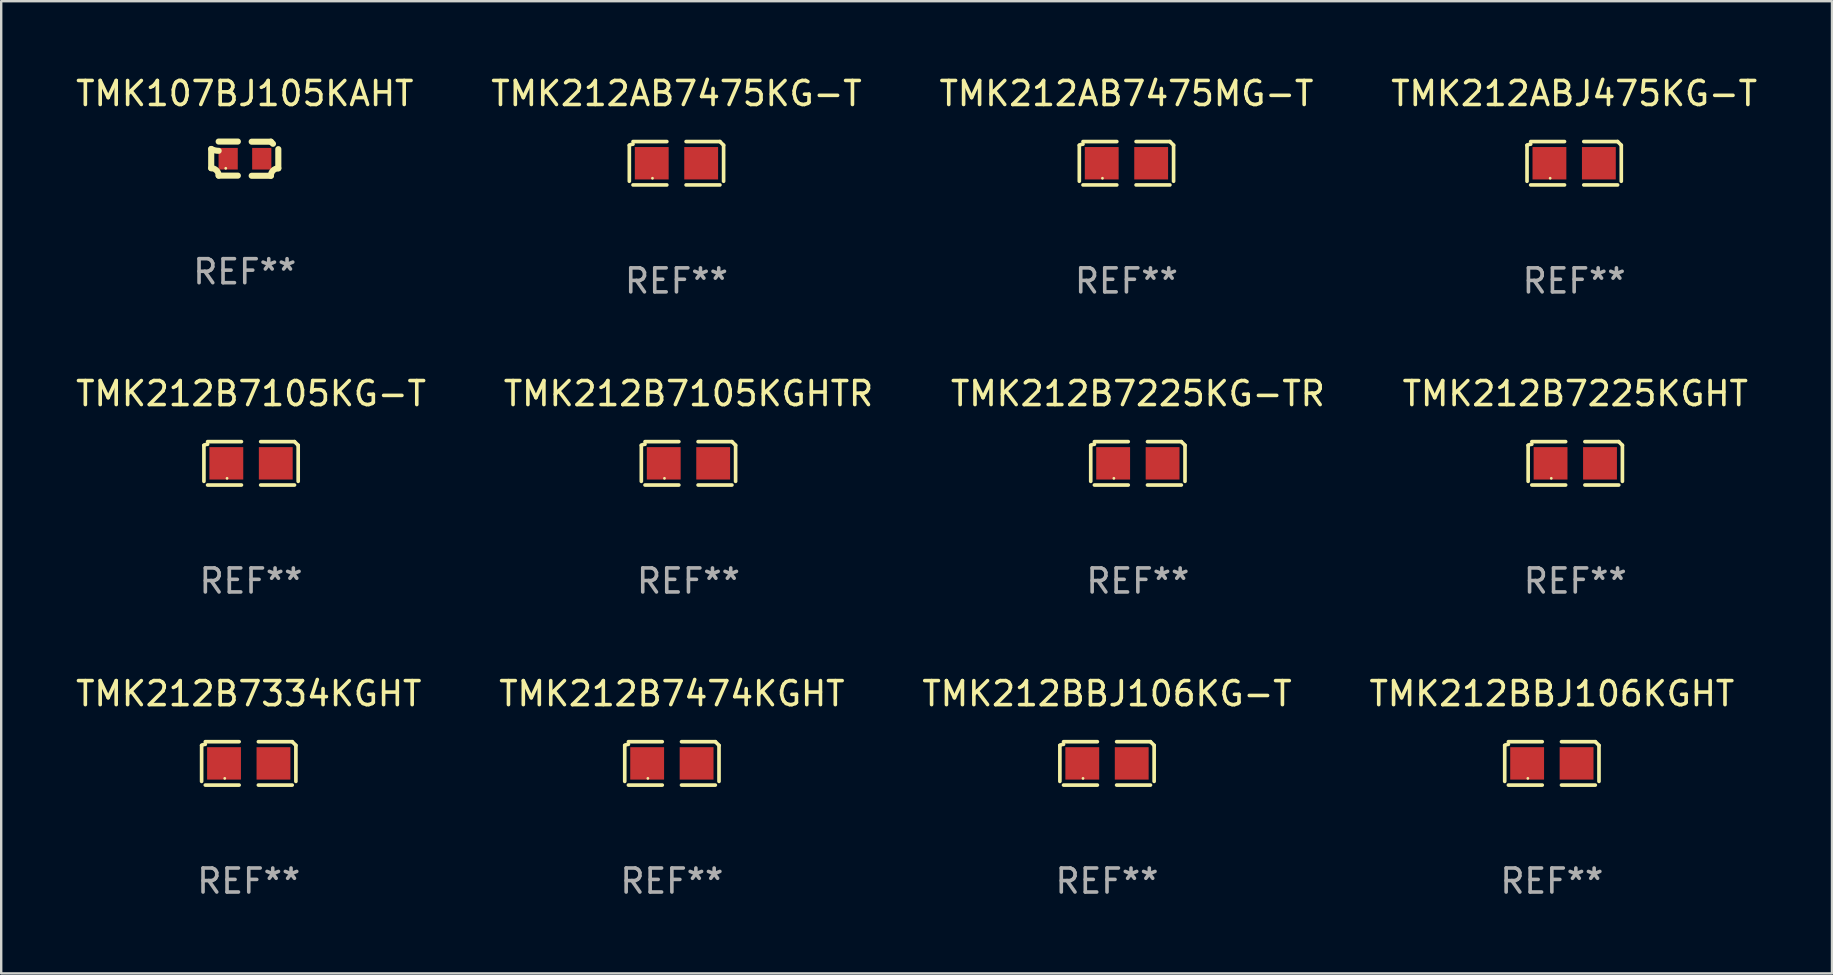
<source format=kicad_pcb>
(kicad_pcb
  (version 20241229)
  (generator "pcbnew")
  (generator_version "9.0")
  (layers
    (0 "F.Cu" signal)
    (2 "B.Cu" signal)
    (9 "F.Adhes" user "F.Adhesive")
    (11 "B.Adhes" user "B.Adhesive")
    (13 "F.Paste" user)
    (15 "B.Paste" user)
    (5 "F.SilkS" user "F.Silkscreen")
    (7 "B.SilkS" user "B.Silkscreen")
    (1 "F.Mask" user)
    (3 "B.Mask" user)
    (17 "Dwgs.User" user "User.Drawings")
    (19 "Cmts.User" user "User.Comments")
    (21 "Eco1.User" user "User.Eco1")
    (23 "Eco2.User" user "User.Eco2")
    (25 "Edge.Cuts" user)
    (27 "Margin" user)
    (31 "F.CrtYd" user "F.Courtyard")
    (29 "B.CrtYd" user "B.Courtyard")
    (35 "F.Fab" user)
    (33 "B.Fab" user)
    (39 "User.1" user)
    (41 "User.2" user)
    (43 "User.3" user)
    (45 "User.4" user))
  (footprint "TMK212B7225KG-TR"
    (layer "F.Cu")
    (at 44.363 16.256)
    (property "Reference" "TMK212B7225KG-TR" (at 0 -2.904 0) (layer "F.SilkS") (effects (font (size 1 1) (thickness 0.15))))
    (attr through_hole)
    (fp_line (start -1.964 0.751) (end -1.964 -0.751) (stroke (width 0.152) (type solid)) (layer "F.SilkS"))
    (fp_line (start -1.811 -0.904) (end -0.401 -0.904) (stroke (width 0.152) (type solid)) (layer "F.SilkS"))
    (fp_line (start -0.401 0.904) (end -1.811 0.904) (stroke (width 0.152) (type solid)) (layer "F.SilkS"))
    (fp_line (start 0.401 0.904) (end 1.811 0.904) (stroke (width 0.152) (type solid)) (layer "F.SilkS"))
    (fp_line (start 1.811 -0.904) (end 0.401 -0.904) (stroke (width 0.152) (type solid)) (layer "F.SilkS"))
    (fp_line (start 1.964 0.751) (end 1.964 -0.751) (stroke (width 0.152) (type solid)) (layer "F.SilkS"))
    (fp_arc (start -1.963602 -0.751207) (mid -1.890354 -0.783131) (end -1.811201 -0.794044) (stroke (width 0.1524) (type solid)) (layer "F.SilkS"))
    (fp_arc (start 1.811202 -0.903607) (mid 1.887413 -0.827418) (end 1.963602 -0.751207) (stroke (width 0.1524) (type solid)) (layer "F.SilkS"))
    (fp_circle (center -1 0.625) (end -0.97 0.625) (stroke (width 0.06) (type solid)) (fill no) (layer "F.SilkS"))
    (fp_text user "REF**" (at 0 4.904 0) (layer "F.Fab") (effects (font (size 1 1) (thickness 0.15))))
    (pad "1" smd rect (at -1.03 0) (size 1.41 1.35) (layers "F.Cu" "F.Mask" "F.Paste"))
    (pad "2" smd rect (at 1.03 0) (size 1.41 1.35) (layers "F.Cu" "F.Mask" "F.Paste")))
  (footprint "TMK212AB7475KG-T"
    (layer "F.Cu")
    (at 25.137 3.752)
    (property "Reference" "TMK212AB7475KG-T" (at 0 -2.904 0) (layer "F.SilkS") (effects (font (size 1 1) (thickness 0.15))))
    (attr through_hole)
    (fp_line (start -1.964 0.751) (end -1.964 -0.751) (stroke (width 0.152) (type solid)) (layer "F.SilkS"))
    (fp_line (start -1.811 -0.904) (end -0.401 -0.904) (stroke (width 0.152) (type solid)) (layer "F.SilkS"))
    (fp_line (start -0.401 0.904) (end -1.811 0.904) (stroke (width 0.152) (type solid)) (layer "F.SilkS"))
    (fp_line (start 0.401 0.904) (end 1.811 0.904) (stroke (width 0.152) (type solid)) (layer "F.SilkS"))
    (fp_line (start 1.811 -0.904) (end 0.401 -0.904) (stroke (width 0.152) (type solid)) (layer "F.SilkS"))
    (fp_line (start 1.964 0.751) (end 1.964 -0.751) (stroke (width 0.152) (type solid)) (layer "F.SilkS"))
    (fp_arc (start -1.963602 -0.751207) (mid -1.890354 -0.783131) (end -1.811201 -0.794044) (stroke (width 0.1524) (type solid)) (layer "F.SilkS"))
    (fp_arc (start 1.811202 -0.903607) (mid 1.887413 -0.827418) (end 1.963602 -0.751207) (stroke (width 0.1524) (type solid)) (layer "F.SilkS"))
    (fp_circle (center -1 0.625) (end -0.97 0.625) (stroke (width 0.06) (type solid)) (fill no) (layer "F.SilkS"))
    (fp_text user "REF**" (at 0 4.904 0) (layer "F.Fab") (effects (font (size 1 1) (thickness 0.15))))
    (pad "1" smd rect (at -1.03 0) (size 1.41 1.35) (layers "F.Cu" "F.Mask" "F.Paste"))
    (pad "2" smd rect (at 1.03 0) (size 1.41 1.35) (layers "F.Cu" "F.Mask" "F.Paste")))
  (footprint "TMK107BJ105KAHT"
    (layer "F.Cu")
    (at 7.149 3.561)
    (property "Reference" "TMK107BJ105KAHT" (at 0 -2.713 0) (layer "F.SilkS") (effects (font (size 1 1) (thickness 0.15))))
    (attr through_hole)
    (fp_line (start -1.398 -0.403) (end -1.398 0.397) (stroke (width 0.254) (type solid)) (layer "F.SilkS"))
    (fp_line (start -0.288 -0.713) (end -1.088 -0.713) (stroke (width 0.254) (type solid)) (layer "F.SilkS"))
    (fp_line (start -0.288 0.707) (end -1.088 0.707) (stroke (width 0.254) (type solid)) (layer "F.SilkS"))
    (fp_line (start 0.288 -0.707) (end 1.088 -0.707) (stroke (width 0.254) (type solid)) (layer "F.SilkS"))
    (fp_line (start 0.288 0.713) (end 1.088 0.713) (stroke (width 0.254) (type solid)) (layer "F.SilkS"))
    (fp_line (start 1.398 -0.397) (end 1.398 0.403) (stroke (width 0.254) (type solid)) (layer "F.SilkS"))
    (fp_arc (start -1.397789 0.397066) (mid -1.178701 0.487826) (end -1.08796 0.706922) (stroke (width 0.254001) (type solid)) (layer "F.SilkS"))
    (fp_arc (start -1.08796 -0.327176) (mid -1.247436 -0.346384) (end -1.39779 -0.402908) (stroke (width 0.254001) (type solid)) (layer "F.SilkS"))
    (fp_arc (start 1.087909 0.712738) (mid 1.178656 0.493655) (end 1.397739 0.402908) (stroke (width 0.254001) (type solid)) (layer "F.SilkS"))
    (fp_arc (start 1.175925 -0.618926) (mid 1.131917 -0.662923) (end 1.08791 -0.706922) (stroke (width 0.254001) (type solid)) (layer "F.SilkS"))
    (fp_circle (center -0.792 0.403) (end -0.762 0.403) (stroke (width 0.06) (type solid)) (fill no) (layer "F.SilkS"))
    (fp_text user "REF**" (at 0 4.713 0) (layer "F.Fab") (effects (font (size 1 1) (thickness 0.15))))
    (pad "1" smd rect (at -0.692 0.003) (size 0.8 0.9) (layers "F.Cu" "F.Mask" "F.Paste"))
    (pad "2" smd rect (at 0.708 0.003) (size 0.8 0.9) (layers "F.Cu" "F.Mask" "F.Paste")))
  (footprint "TMK212AB7475MG-T"
    (layer "F.Cu")
    (at 43.887 3.752)
    (property "Reference" "TMK212AB7475MG-T" (at 0 -2.904 0) (layer "F.SilkS") (effects (font (size 1 1) (thickness 0.15))))
    (attr through_hole)
    (fp_line (start -1.964 0.751) (end -1.964 -0.751) (stroke (width 0.152) (type solid)) (layer "F.SilkS"))
    (fp_line (start -1.811 -0.904) (end -0.401 -0.904) (stroke (width 0.152) (type solid)) (layer "F.SilkS"))
    (fp_line (start -0.401 0.904) (end -1.811 0.904) (stroke (width 0.152) (type solid)) (layer "F.SilkS"))
    (fp_line (start 0.401 0.904) (end 1.811 0.904) (stroke (width 0.152) (type solid)) (layer "F.SilkS"))
    (fp_line (start 1.811 -0.904) (end 0.401 -0.904) (stroke (width 0.152) (type solid)) (layer "F.SilkS"))
    (fp_line (start 1.964 0.751) (end 1.964 -0.751) (stroke (width 0.152) (type solid)) (layer "F.SilkS"))
    (fp_arc (start -1.963602 -0.751207) (mid -1.890354 -0.783131) (end -1.811201 -0.794044) (stroke (width 0.1524) (type solid)) (layer "F.SilkS"))
    (fp_arc (start 1.811202 -0.903607) (mid 1.887413 -0.827418) (end 1.963602 -0.751207) (stroke (width 0.1524) (type solid)) (layer "F.SilkS"))
    (fp_circle (center -1 0.625) (end -0.97 0.625) (stroke (width 0.06) (type solid)) (fill no) (layer "F.SilkS"))
    (fp_text user "REF**" (at 0 4.904 0) (layer "F.Fab") (effects (font (size 1 1) (thickness 0.15))))
    (pad "1" smd rect (at -1.03 0) (size 1.41 1.35) (layers "F.Cu" "F.Mask" "F.Paste"))
    (pad "2" smd rect (at 1.03 0) (size 1.41 1.35) (layers "F.Cu" "F.Mask" "F.Paste")))
  (footprint "TMK212B7105KG-T"
    (layer "F.Cu")
    (at 7.411 16.256)
    (property "Reference" "TMK212B7105KG-T" (at 0 -2.904 0) (layer "F.SilkS") (effects (font (size 1 1) (thickness 0.15))))
    (attr through_hole)
    (fp_line (start -1.964 0.751) (end -1.964 -0.751) (stroke (width 0.152) (type solid)) (layer "F.SilkS"))
    (fp_line (start -1.811 -0.904) (end -0.401 -0.904) (stroke (width 0.152) (type solid)) (layer "F.SilkS"))
    (fp_line (start -0.401 0.904) (end -1.811 0.904) (stroke (width 0.152) (type solid)) (layer "F.SilkS"))
    (fp_line (start 0.401 0.904) (end 1.811 0.904) (stroke (width 0.152) (type solid)) (layer "F.SilkS"))
    (fp_line (start 1.811 -0.904) (end 0.401 -0.904) (stroke (width 0.152) (type solid)) (layer "F.SilkS"))
    (fp_line (start 1.964 0.751) (end 1.964 -0.751) (stroke (width 0.152) (type solid)) (layer "F.SilkS"))
    (fp_arc (start -1.963602 -0.751207) (mid -1.890354 -0.783131) (end -1.811201 -0.794044) (stroke (width 0.1524) (type solid)) (layer "F.SilkS"))
    (fp_arc (start 1.811202 -0.903607) (mid 1.887413 -0.827418) (end 1.963602 -0.751207) (stroke (width 0.1524) (type solid)) (layer "F.SilkS"))
    (fp_circle (center -1 0.625) (end -0.97 0.625) (stroke (width 0.06) (type solid)) (fill no) (layer "F.SilkS"))
    (fp_text user "REF**" (at 0 4.904 0) (layer "F.Fab") (effects (font (size 1 1) (thickness 0.15))))
    (pad "1" smd rect (at -1.03 0) (size 1.41 1.35) (layers "F.Cu" "F.Mask" "F.Paste"))
    (pad "2" smd rect (at 1.03 0) (size 1.41 1.35) (layers "F.Cu" "F.Mask" "F.Paste")))
  (footprint "TMK212B7225KGHT"
    (layer "F.Cu")
    (at 62.589 16.256)
    (property "Reference" "TMK212B7225KGHT" (at 0 -2.904 0) (layer "F.SilkS") (effects (font (size 1 1) (thickness 0.15))))
    (attr through_hole)
    (fp_line (start -1.964 0.751) (end -1.964 -0.751) (stroke (width 0.152) (type solid)) (layer "F.SilkS"))
    (fp_line (start -1.811 -0.904) (end -0.401 -0.904) (stroke (width 0.152) (type solid)) (layer "F.SilkS"))
    (fp_line (start -0.401 0.904) (end -1.811 0.904) (stroke (width 0.152) (type solid)) (layer "F.SilkS"))
    (fp_line (start 0.401 0.904) (end 1.811 0.904) (stroke (width 0.152) (type solid)) (layer "F.SilkS"))
    (fp_line (start 1.811 -0.904) (end 0.401 -0.904) (stroke (width 0.152) (type solid)) (layer "F.SilkS"))
    (fp_line (start 1.964 0.751) (end 1.964 -0.751) (stroke (width 0.152) (type solid)) (layer "F.SilkS"))
    (fp_arc (start -1.963602 -0.751207) (mid -1.890354 -0.783131) (end -1.811201 -0.794044) (stroke (width 0.1524) (type solid)) (layer "F.SilkS"))
    (fp_arc (start 1.811202 -0.903607) (mid 1.887413 -0.827418) (end 1.963602 -0.751207) (stroke (width 0.1524) (type solid)) (layer "F.SilkS"))
    (fp_circle (center -1 0.625) (end -0.97 0.625) (stroke (width 0.06) (type solid)) (fill no) (layer "F.SilkS"))
    (fp_text user "REF**" (at 0 4.904 0) (layer "F.Fab") (effects (font (size 1 1) (thickness 0.15))))
    (pad "1" smd rect (at -1.03 0) (size 1.41 1.35) (layers "F.Cu" "F.Mask" "F.Paste"))
    (pad "2" smd rect (at 1.03 0) (size 1.41 1.35) (layers "F.Cu" "F.Mask" "F.Paste")))
  (footprint "TMK212B7105KGHTR"
    (layer "F.Cu")
    (at 25.637 16.256)
    (property "Reference" "TMK212B7105KGHTR" (at 0 -2.904 0) (layer "F.SilkS") (effects (font (size 1 1) (thickness 0.15))))
    (attr through_hole)
    (fp_line (start -1.964 0.751) (end -1.964 -0.751) (stroke (width 0.152) (type solid)) (layer "F.SilkS"))
    (fp_line (start -1.811 -0.904) (end -0.401 -0.904) (stroke (width 0.152) (type solid)) (layer "F.SilkS"))
    (fp_line (start -0.401 0.904) (end -1.811 0.904) (stroke (width 0.152) (type solid)) (layer "F.SilkS"))
    (fp_line (start 0.401 0.904) (end 1.811 0.904) (stroke (width 0.152) (type solid)) (layer "F.SilkS"))
    (fp_line (start 1.811 -0.904) (end 0.401 -0.904) (stroke (width 0.152) (type solid)) (layer "F.SilkS"))
    (fp_line (start 1.964 0.751) (end 1.964 -0.751) (stroke (width 0.152) (type solid)) (layer "F.SilkS"))
    (fp_arc (start -1.963602 -0.751207) (mid -1.890354 -0.783131) (end -1.811201 -0.794044) (stroke (width 0.1524) (type solid)) (layer "F.SilkS"))
    (fp_arc (start 1.811202 -0.903607) (mid 1.887413 -0.827418) (end 1.963602 -0.751207) (stroke (width 0.1524) (type solid)) (layer "F.SilkS"))
    (fp_circle (center -1 0.625) (end -0.97 0.625) (stroke (width 0.06) (type solid)) (fill no) (layer "F.SilkS"))
    (fp_text user "REF**" (at 0 4.904 0) (layer "F.Fab") (effects (font (size 1 1) (thickness 0.15))))
    (pad "1" smd rect (at -1.03 0) (size 1.41 1.35) (layers "F.Cu" "F.Mask" "F.Paste"))
    (pad "2" smd rect (at 1.03 0) (size 1.41 1.35) (layers "F.Cu" "F.Mask" "F.Paste")))
  (footprint "TMK212BBJ106KGHT"
    (layer "F.Cu")
    (at 61.613 28.759)
    (property "Reference" "TMK212BBJ106KGHT" (at 0 -2.904 0) (layer "F.SilkS") (effects (font (size 1 1) (thickness 0.15))))
    (attr through_hole)
    (fp_line (start -1.964 0.751) (end -1.964 -0.751) (stroke (width 0.152) (type solid)) (layer "F.SilkS"))
    (fp_line (start -1.811 -0.904) (end -0.401 -0.904) (stroke (width 0.152) (type solid)) (layer "F.SilkS"))
    (fp_line (start -0.401 0.904) (end -1.811 0.904) (stroke (width 0.152) (type solid)) (layer "F.SilkS"))
    (fp_line (start 0.401 0.904) (end 1.811 0.904) (stroke (width 0.152) (type solid)) (layer "F.SilkS"))
    (fp_line (start 1.811 -0.904) (end 0.401 -0.904) (stroke (width 0.152) (type solid)) (layer "F.SilkS"))
    (fp_line (start 1.964 0.751) (end 1.964 -0.751) (stroke (width 0.152) (type solid)) (layer "F.SilkS"))
    (fp_arc (start -1.963602 -0.751207) (mid -1.890354 -0.783131) (end -1.811201 -0.794044) (stroke (width 0.1524) (type solid)) (layer "F.SilkS"))
    (fp_arc (start 1.811202 -0.903607) (mid 1.887413 -0.827418) (end 1.963602 -0.751207) (stroke (width 0.1524) (type solid)) (layer "F.SilkS"))
    (fp_circle (center -1 0.625) (end -0.97 0.625) (stroke (width 0.06) (type solid)) (fill no) (layer "F.SilkS"))
    (fp_text user "REF**" (at 0 4.904 0) (layer "F.Fab") (effects (font (size 1 1) (thickness 0.15))))
    (pad "1" smd rect (at -1.03 0) (size 1.41 1.35) (layers "F.Cu" "F.Mask" "F.Paste"))
    (pad "2" smd rect (at 1.03 0) (size 1.41 1.35) (layers "F.Cu" "F.Mask" "F.Paste")))
  (footprint "TMK212BBJ106KG-T"
    (layer "F.Cu")
    (at 43.077 28.759)
    (property "Reference" "TMK212BBJ106KG-T" (at 0 -2.904 0) (layer "F.SilkS") (effects (font (size 1 1) (thickness 0.15))))
    (attr through_hole)
    (fp_line (start -1.964 0.751) (end -1.964 -0.751) (stroke (width 0.152) (type solid)) (layer "F.SilkS"))
    (fp_line (start -1.811 -0.904) (end -0.401 -0.904) (stroke (width 0.152) (type solid)) (layer "F.SilkS"))
    (fp_line (start -0.401 0.904) (end -1.811 0.904) (stroke (width 0.152) (type solid)) (layer "F.SilkS"))
    (fp_line (start 0.401 0.904) (end 1.811 0.904) (stroke (width 0.152) (type solid)) (layer "F.SilkS"))
    (fp_line (start 1.811 -0.904) (end 0.401 -0.904) (stroke (width 0.152) (type solid)) (layer "F.SilkS"))
    (fp_line (start 1.964 0.751) (end 1.964 -0.751) (stroke (width 0.152) (type solid)) (layer "F.SilkS"))
    (fp_arc (start -1.963602 -0.751207) (mid -1.890354 -0.783131) (end -1.811201 -0.794044) (stroke (width 0.1524) (type solid)) (layer "F.SilkS"))
    (fp_arc (start 1.811202 -0.903607) (mid 1.887413 -0.827418) (end 1.963602 -0.751207) (stroke (width 0.1524) (type solid)) (layer "F.SilkS"))
    (fp_circle (center -1 0.625) (end -0.97 0.625) (stroke (width 0.06) (type solid)) (fill no) (layer "F.SilkS"))
    (fp_text user "REF**" (at 0 4.904 0) (layer "F.Fab") (effects (font (size 1 1) (thickness 0.15))))
    (pad "1" smd rect (at -1.03 0) (size 1.41 1.35) (layers "F.Cu" "F.Mask" "F.Paste"))
    (pad "2" smd rect (at 1.03 0) (size 1.41 1.35) (layers "F.Cu" "F.Mask" "F.Paste")))
  (footprint "TMK212B7474KGHT"
    (layer "F.Cu")
    (at 24.946 28.759)
    (property "Reference" "TMK212B7474KGHT" (at 0 -2.904 0) (layer "F.SilkS") (effects (font (size 1 1) (thickness 0.15))))
    (attr through_hole)
    (fp_line (start -1.964 0.751) (end -1.964 -0.751) (stroke (width 0.152) (type solid)) (layer "F.SilkS"))
    (fp_line (start -1.811 -0.904) (end -0.401 -0.904) (stroke (width 0.152) (type solid)) (layer "F.SilkS"))
    (fp_line (start -0.401 0.904) (end -1.811 0.904) (stroke (width 0.152) (type solid)) (layer "F.SilkS"))
    (fp_line (start 0.401 0.904) (end 1.811 0.904) (stroke (width 0.152) (type solid)) (layer "F.SilkS"))
    (fp_line (start 1.811 -0.904) (end 0.401 -0.904) (stroke (width 0.152) (type solid)) (layer "F.SilkS"))
    (fp_line (start 1.964 0.751) (end 1.964 -0.751) (stroke (width 0.152) (type solid)) (layer "F.SilkS"))
    (fp_arc (start -1.963602 -0.751207) (mid -1.890354 -0.783131) (end -1.811201 -0.794044) (stroke (width 0.1524) (type solid)) (layer "F.SilkS"))
    (fp_arc (start 1.811202 -0.903607) (mid 1.887413 -0.827418) (end 1.963602 -0.751207) (stroke (width 0.1524) (type solid)) (layer "F.SilkS"))
    (fp_circle (center -1 0.625) (end -0.97 0.625) (stroke (width 0.06) (type solid)) (fill no) (layer "F.SilkS"))
    (fp_text user "REF**" (at 0 4.904 0) (layer "F.Fab") (effects (font (size 1 1) (thickness 0.15))))
    (pad "1" smd rect (at -1.03 0) (size 1.41 1.35) (layers "F.Cu" "F.Mask" "F.Paste"))
    (pad "2" smd rect (at 1.03 0) (size 1.41 1.35) (layers "F.Cu" "F.Mask" "F.Paste")))
  (footprint "TMK212B7334KGHT"
    (layer "F.Cu")
    (at 7.315 28.759)
    (property "Reference" "TMK212B7334KGHT" (at 0 -2.904 0) (layer "F.SilkS") (effects (font (size 1 1) (thickness 0.15))))
    (attr through_hole)
    (fp_line (start -1.964 0.751) (end -1.964 -0.751) (stroke (width 0.152) (type solid)) (layer "F.SilkS"))
    (fp_line (start -1.811 -0.904) (end -0.401 -0.904) (stroke (width 0.152) (type solid)) (layer "F.SilkS"))
    (fp_line (start -0.401 0.904) (end -1.811 0.904) (stroke (width 0.152) (type solid)) (layer "F.SilkS"))
    (fp_line (start 0.401 0.904) (end 1.811 0.904) (stroke (width 0.152) (type solid)) (layer "F.SilkS"))
    (fp_line (start 1.811 -0.904) (end 0.401 -0.904) (stroke (width 0.152) (type solid)) (layer "F.SilkS"))
    (fp_line (start 1.964 0.751) (end 1.964 -0.751) (stroke (width 0.152) (type solid)) (layer "F.SilkS"))
    (fp_arc (start -1.963602 -0.751207) (mid -1.890354 -0.783131) (end -1.811201 -0.794044) (stroke (width 0.1524) (type solid)) (layer "F.SilkS"))
    (fp_arc (start 1.811202 -0.903607) (mid 1.887413 -0.827418) (end 1.963602 -0.751207) (stroke (width 0.1524) (type solid)) (layer "F.SilkS"))
    (fp_circle (center -1 0.625) (end -0.97 0.625) (stroke (width 0.06) (type solid)) (fill no) (layer "F.SilkS"))
    (fp_text user "REF**" (at 0 4.904 0) (layer "F.Fab") (effects (font (size 1 1) (thickness 0.15))))
    (pad "1" smd rect (at -1.03 0) (size 1.41 1.35) (layers "F.Cu" "F.Mask" "F.Paste"))
    (pad "2" smd rect (at 1.03 0) (size 1.41 1.35) (layers "F.Cu" "F.Mask" "F.Paste")))
  (footprint "TMK212ABJ475KG-T"
    (layer "F.Cu")
    (at 62.542 3.752)
    (property "Reference" "TMK212ABJ475KG-T" (at 0 -2.904 0) (layer "F.SilkS") (effects (font (size 1 1) (thickness 0.15))))
    (attr through_hole)
    (fp_line (start -1.964 0.751) (end -1.964 -0.751) (stroke (width 0.152) (type solid)) (layer "F.SilkS"))
    (fp_line (start -1.811 -0.904) (end -0.401 -0.904) (stroke (width 0.152) (type solid)) (layer "F.SilkS"))
    (fp_line (start -0.401 0.904) (end -1.811 0.904) (stroke (width 0.152) (type solid)) (layer "F.SilkS"))
    (fp_line (start 0.401 0.904) (end 1.811 0.904) (stroke (width 0.152) (type solid)) (layer "F.SilkS"))
    (fp_line (start 1.811 -0.904) (end 0.401 -0.904) (stroke (width 0.152) (type solid)) (layer "F.SilkS"))
    (fp_line (start 1.964 0.751) (end 1.964 -0.751) (stroke (width 0.152) (type solid)) (layer "F.SilkS"))
    (fp_arc (start -1.963602 -0.751207) (mid -1.890354 -0.783131) (end -1.811201 -0.794044) (stroke (width 0.1524) (type solid)) (layer "F.SilkS"))
    (fp_arc (start 1.811202 -0.903607) (mid 1.887413 -0.827418) (end 1.963602 -0.751207) (stroke (width 0.1524) (type solid)) (layer "F.SilkS"))
    (fp_circle (center -1 0.625) (end -0.97 0.625) (stroke (width 0.06) (type solid)) (fill no) (layer "F.SilkS"))
    (fp_text user "REF**" (at 0 4.904 0) (layer "F.Fab") (effects (font (size 1 1) (thickness 0.15))))
    (pad "1" smd rect (at -1.03 0) (size 1.41 1.35) (layers "F.Cu" "F.Mask" "F.Paste"))
    (pad "2" smd rect (at 1.03 0) (size 1.41 1.35) (layers "F.Cu" "F.Mask" "F.Paste")))
  (gr_rect
    (start -3 -3)
    (end 73.286 37.511)
    (stroke (width 0.1) (type default))
    (fill no)
    (layer "Edge.Cuts")))
</source>
